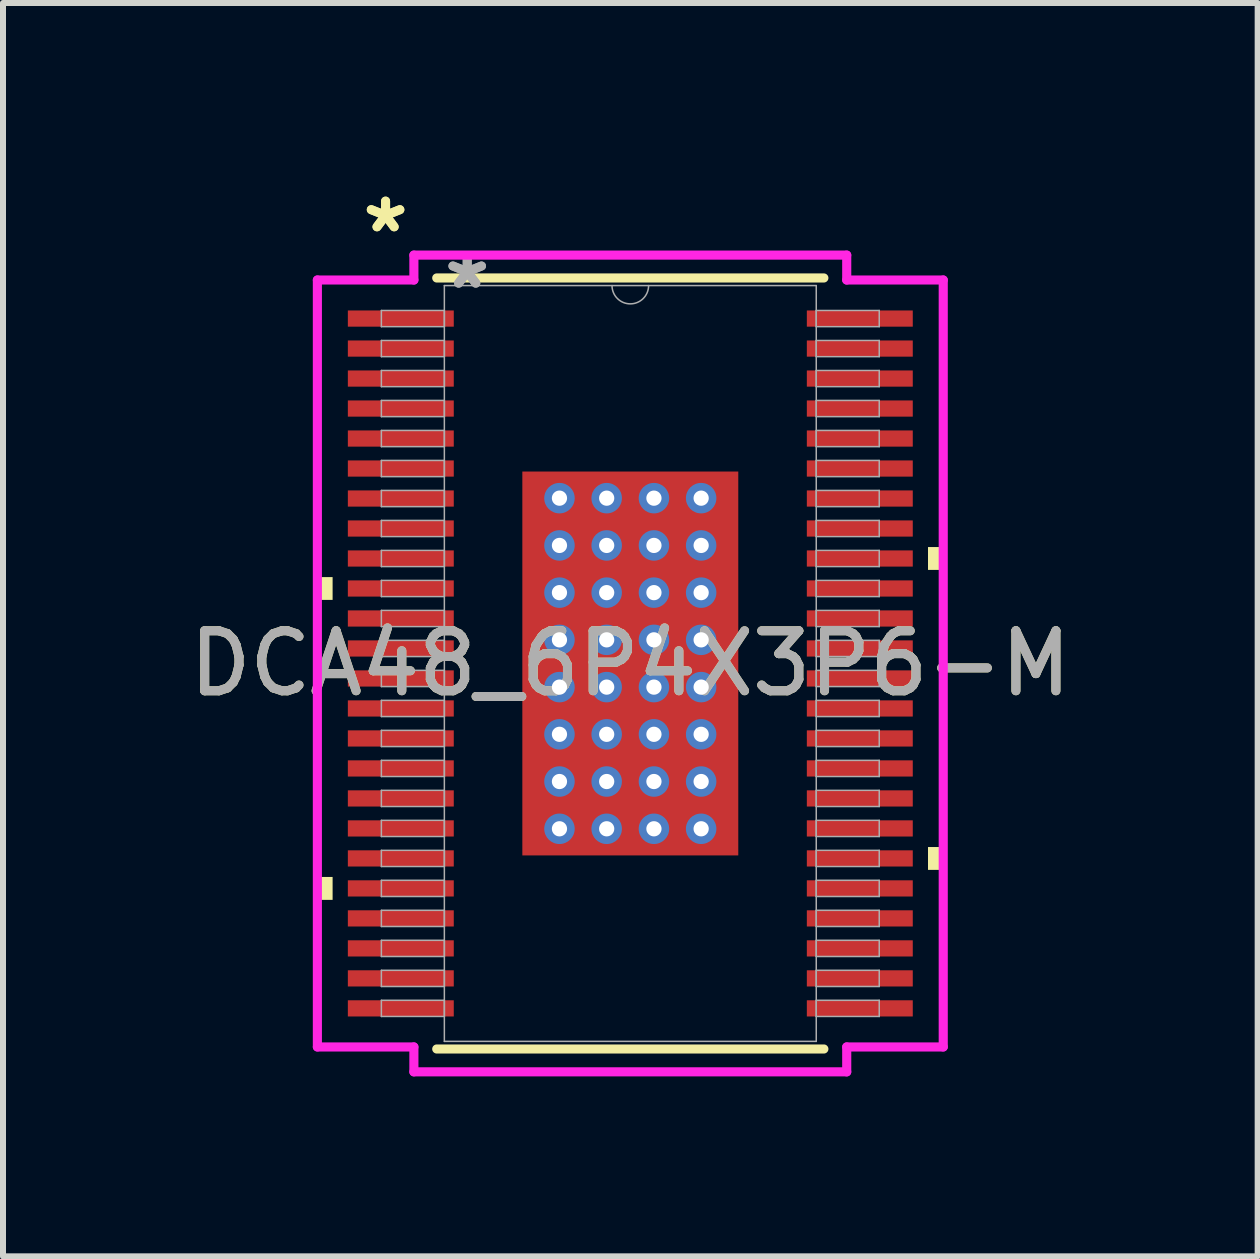
<source format=kicad_pcb>
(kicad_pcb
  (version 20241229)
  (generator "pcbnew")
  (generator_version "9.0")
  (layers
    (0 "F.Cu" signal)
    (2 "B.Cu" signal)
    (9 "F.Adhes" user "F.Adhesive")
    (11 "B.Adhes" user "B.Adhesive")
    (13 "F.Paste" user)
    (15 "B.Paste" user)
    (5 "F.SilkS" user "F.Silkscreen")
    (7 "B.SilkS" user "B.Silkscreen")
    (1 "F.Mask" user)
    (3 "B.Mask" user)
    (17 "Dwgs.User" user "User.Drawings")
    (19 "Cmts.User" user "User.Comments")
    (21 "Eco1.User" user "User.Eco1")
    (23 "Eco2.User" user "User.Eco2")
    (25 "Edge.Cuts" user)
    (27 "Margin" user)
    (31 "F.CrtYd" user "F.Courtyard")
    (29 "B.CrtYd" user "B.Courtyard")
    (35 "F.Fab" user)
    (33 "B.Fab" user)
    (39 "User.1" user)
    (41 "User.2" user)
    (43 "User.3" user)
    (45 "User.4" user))
  (footprint "DCA48_6P4X3P6-M"
    (layer "F.Cu")
    (at 7.458 8.011)
    (property "Reference" "DCA48_6P4X3P6-M" (at 0 0 0) (unlocked yes) (layer "F.SilkS") (effects (font (size 1 1) (thickness 0.15))))
    (attr smd)
    (fp_poly (pts (xy -1.863 -3.264) (xy -1.381 -3.264) (xy -1.381 3.264) (xy -1.863 3.264)) (stroke (width 0) (type solid)) (fill yes) (layer "F.Mask"))
    (fp_poly (pts (xy -1.863 -3.264) (xy 1.863 -3.264) (xy 1.863 -2.956) (xy -1.863 -2.956)) (stroke (width 0) (type solid)) (fill yes) (layer "F.Mask"))
    (fp_poly (pts (xy -1.863 -2.556) (xy 1.863 -2.556) (xy 1.863 -2.168) (xy -1.863 -2.168)) (stroke (width 0) (type solid)) (fill yes) (layer "F.Mask"))
    (fp_poly (pts (xy -1.863 -1.768) (xy 1.863 -1.768) (xy 1.863 -1.381) (xy -1.863 -1.381)) (stroke (width 0) (type solid)) (fill yes) (layer "F.Mask"))
    (fp_poly (pts (xy -1.863 -0.981) (xy 1.863 -0.981) (xy 1.863 -0.594) (xy -1.863 -0.594)) (stroke (width 0) (type solid)) (fill yes) (layer "F.Mask"))
    (fp_poly (pts (xy -1.863 -0.194) (xy 1.863 -0.194) (xy 1.863 0.194) (xy -1.863 0.194)) (stroke (width 0) (type solid)) (fill yes) (layer "F.Mask"))
    (fp_poly (pts (xy -1.863 0.594) (xy 1.863 0.594) (xy 1.863 0.981) (xy -1.863 0.981)) (stroke (width 0) (type solid)) (fill yes) (layer "F.Mask"))
    (fp_poly (pts (xy -1.863 1.381) (xy 1.863 1.381) (xy 1.863 1.768) (xy -1.863 1.768)) (stroke (width 0) (type solid)) (fill yes) (layer "F.Mask"))
    (fp_poly (pts (xy -1.863 2.168) (xy 1.863 2.168) (xy 1.863 2.556) (xy -1.863 2.556)) (stroke (width 0) (type solid)) (fill yes) (layer "F.Mask"))
    (fp_poly (pts (xy -1.863 2.956) (xy 1.863 2.956) (xy 1.863 3.264) (xy -1.863 3.264)) (stroke (width 0) (type solid)) (fill yes) (layer "F.Mask"))
    (fp_poly (pts (xy -0.594 -3.264) (xy -0.981 -3.264) (xy -0.981 3.264) (xy -0.594 3.264)) (stroke (width 0) (type solid)) (fill yes) (layer "F.Mask"))
    (fp_poly (pts (xy 0.194 -3.264) (xy -0.194 -3.264) (xy -0.194 3.264) (xy 0.194 3.264)) (stroke (width 0) (type solid)) (fill yes) (layer "F.Mask"))
    (fp_poly (pts (xy 0.981 -3.264) (xy 0.594 -3.264) (xy 0.594 3.264) (xy 0.981 3.264)) (stroke (width 0) (type solid)) (fill yes) (layer "F.Mask"))
    (fp_poly (pts (xy 1.381 -3.264) (xy 1.863 -3.264) (xy 1.863 3.264) (xy 1.381 3.264)) (stroke (width 0) (type solid)) (fill yes) (layer "F.Mask"))
    (fp_line (start -3.227 6.427) (end 3.227 6.427) (stroke (width 0.152) (type solid)) (layer "F.SilkS"))
    (fp_line (start 3.227 -6.427) (end -3.227 -6.427) (stroke (width 0.152) (type solid)) (layer "F.SilkS"))
    (fp_poly (pts (xy -5.217 -1.44) (xy -5.217 -1.06) (xy -4.963 -1.06) (xy -4.963 -1.44)) (stroke (width 0) (type solid)) (fill yes) (layer "F.SilkS"))
    (fp_poly (pts (xy -5.217 3.559) (xy -5.217 3.941) (xy -4.963 3.941) (xy -4.963 3.559)) (stroke (width 0) (type solid)) (fill yes) (layer "F.SilkS"))
    (fp_poly (pts (xy 5.217 -1.941) (xy 5.217 -1.56) (xy 4.963 -1.56) (xy 4.963 -1.941)) (stroke (width 0) (type solid)) (fill yes) (layer "F.SilkS"))
    (fp_poly (pts (xy 5.217 3.06) (xy 5.217 3.441) (xy 4.963 3.441) (xy 4.963 3.06)) (stroke (width 0) (type solid)) (fill yes) (layer "F.SilkS"))
    (fp_poly (pts (xy -1.725 -3.125) (xy -1.725 -2.856) (xy -1.423 -2.856) (xy -1.281 -2.997) (xy -1.281 -3.125)) (stroke (width 0) (type solid)) (fill yes) (layer "F.Paste"))
    (fp_poly (pts (xy -1.725 2.856) (xy -1.725 3.125) (xy -1.281 3.125) (xy -1.281 2.997) (xy -1.423 2.856)) (stroke (width 0) (type solid)) (fill yes) (layer "F.Paste"))
    (fp_poly (pts (xy 1.281 -3.125) (xy 1.281 -2.997) (xy 1.423 -2.856) (xy 1.725 -2.856) (xy 1.725 -3.125)) (stroke (width 0) (type solid)) (fill yes) (layer "F.Paste"))
    (fp_poly (pts (xy 1.423 2.856) (xy 1.281 2.997) (xy 1.281 3.125) (xy 1.725 3.125) (xy 1.725 2.856)) (stroke (width 0) (type solid)) (fill yes) (layer "F.Paste"))
    (fp_poly (pts (xy -1.725 -2.656) (xy -1.725 -2.068) (xy -1.423 -2.068) (xy -1.281 -2.21) (xy -1.281 -2.514) (xy -1.423 -2.656)) (stroke (width 0) (type solid)) (fill yes) (layer "F.Paste"))
    (fp_poly (pts (xy -1.725 -1.869) (xy -1.725 -1.281) (xy -1.423 -1.281) (xy -1.281 -1.423) (xy -1.281 -1.727) (xy -1.423 -1.869)) (stroke (width 0) (type solid)) (fill yes) (layer "F.Paste"))
    (fp_poly (pts (xy -1.725 -1.081) (xy -1.725 -0.494) (xy -1.423 -0.494) (xy -1.281 -0.635) (xy -1.281 -0.94) (xy -1.423 -1.081)) (stroke (width 0) (type solid)) (fill yes) (layer "F.Paste"))
    (fp_poly (pts (xy -1.725 -0.294) (xy -1.725 0.294) (xy -1.423 0.294) (xy -1.281 0.152) (xy -1.281 -0.152) (xy -1.423 -0.294)) (stroke (width 0) (type solid)) (fill yes) (layer "F.Paste"))
    (fp_poly (pts (xy -1.725 0.494) (xy -1.725 1.081) (xy -1.423 1.081) (xy -1.281 0.94) (xy -1.281 0.635) (xy -1.423 0.494)) (stroke (width 0) (type solid)) (fill yes) (layer "F.Paste"))
    (fp_poly (pts (xy -1.725 1.281) (xy -1.725 1.869) (xy -1.423 1.869) (xy -1.281 1.727) (xy -1.281 1.423) (xy -1.423 1.281)) (stroke (width 0) (type solid)) (fill yes) (layer "F.Paste"))
    (fp_poly (pts (xy -1.725 2.068) (xy -1.725 2.656) (xy -1.423 2.656) (xy -1.281 2.514) (xy -1.281 2.21) (xy -1.423 2.068)) (stroke (width 0) (type solid)) (fill yes) (layer "F.Paste"))
    (fp_poly (pts (xy -1.081 -3.125) (xy -1.081 -2.997) (xy -0.94 -2.856) (xy -0.635 -2.856) (xy -0.494 -2.997) (xy -0.494 -3.125)) (stroke (width 0) (type solid)) (fill yes) (layer "F.Paste"))
    (fp_poly (pts (xy -0.94 2.856) (xy -1.081 2.997) (xy -1.081 3.125) (xy -0.494 3.125) (xy -0.494 2.997) (xy -0.635 2.856)) (stroke (width 0) (type solid)) (fill yes) (layer "F.Paste"))
    (fp_poly (pts (xy -0.294 -3.125) (xy -0.294 -2.997) (xy -0.152 -2.856) (xy 0.152 -2.856) (xy 0.294 -2.997) (xy 0.294 -3.125)) (stroke (width 0) (type solid)) (fill yes) (layer "F.Paste"))
    (fp_poly (pts (xy -0.152 2.856) (xy -0.294 2.997) (xy -0.294 3.125) (xy 0.294 3.125) (xy 0.294 2.997) (xy 0.152 2.856)) (stroke (width 0) (type solid)) (fill yes) (layer "F.Paste"))
    (fp_poly (pts (xy 0.494 -3.125) (xy 0.494 -2.997) (xy 0.635 -2.856) (xy 0.94 -2.856) (xy 1.081 -2.997) (xy 1.081 -3.125)) (stroke (width 0) (type solid)) (fill yes) (layer "F.Paste"))
    (fp_poly (pts (xy 0.635 2.856) (xy 0.494 2.997) (xy 0.494 3.125) (xy 1.081 3.125) (xy 1.081 2.997) (xy 0.94 2.856)) (stroke (width 0) (type solid)) (fill yes) (layer "F.Paste"))
    (fp_poly (pts (xy 1.423 -2.656) (xy 1.281 -2.514) (xy 1.281 -2.21) (xy 1.423 -2.068) (xy 1.725 -2.068) (xy 1.725 -2.656)) (stroke (width 0) (type solid)) (fill yes) (layer "F.Paste"))
    (fp_poly (pts (xy 1.423 -1.869) (xy 1.281 -1.727) (xy 1.281 -1.423) (xy 1.423 -1.281) (xy 1.725 -1.281) (xy 1.725 -1.869)) (stroke (width 0) (type solid)) (fill yes) (layer "F.Paste"))
    (fp_poly (pts (xy 1.423 -1.081) (xy 1.281 -0.94) (xy 1.281 -0.635) (xy 1.423 -0.494) (xy 1.725 -0.494) (xy 1.725 -1.081)) (stroke (width 0) (type solid)) (fill yes) (layer "F.Paste"))
    (fp_poly (pts (xy 1.423 -0.294) (xy 1.281 -0.152) (xy 1.281 0.152) (xy 1.423 0.294) (xy 1.725 0.294) (xy 1.725 -0.294)) (stroke (width 0) (type solid)) (fill yes) (layer "F.Paste"))
    (fp_poly (pts (xy 1.423 0.494) (xy 1.281 0.635) (xy 1.281 0.94) (xy 1.423 1.081) (xy 1.725 1.081) (xy 1.725 0.494)) (stroke (width 0) (type solid)) (fill yes) (layer "F.Paste"))
    (fp_poly (pts (xy 1.423 1.281) (xy 1.281 1.423) (xy 1.281 1.727) (xy 1.423 1.869) (xy 1.725 1.869) (xy 1.725 1.281)) (stroke (width 0) (type solid)) (fill yes) (layer "F.Paste"))
    (fp_poly (pts (xy 1.423 2.068) (xy 1.281 2.21) (xy 1.281 2.514) (xy 1.423 2.656) (xy 1.725 2.656) (xy 1.725 2.068)) (stroke (width 0) (type solid)) (fill yes) (layer "F.Paste"))
    (fp_poly (pts (xy -0.94 -2.656) (xy -1.081 -2.514) (xy -1.081 -2.21) (xy -0.94 -2.068) (xy -0.635 -2.068) (xy -0.494 -2.21) (xy -0.494 -2.514) (xy -0.635 -2.656)) (stroke (width 0) (type solid)) (fill yes) (layer "F.Paste"))
    (fp_poly (pts (xy -0.94 -1.869) (xy -1.081 -1.727) (xy -1.081 -1.423) (xy -0.94 -1.281) (xy -0.635 -1.281) (xy -0.494 -1.423) (xy -0.494 -1.727) (xy -0.635 -1.869)) (stroke (width 0) (type solid)) (fill yes) (layer "F.Paste"))
    (fp_poly (pts (xy -0.94 -1.081) (xy -1.081 -0.94) (xy -1.081 -0.635) (xy -0.94 -0.494) (xy -0.635 -0.494) (xy -0.494 -0.635) (xy -0.494 -0.94) (xy -0.635 -1.081)) (stroke (width 0) (type solid)) (fill yes) (layer "F.Paste"))
    (fp_poly (pts (xy -0.94 -0.294) (xy -1.081 -0.152) (xy -1.081 0.152) (xy -0.94 0.294) (xy -0.635 0.294) (xy -0.494 0.152) (xy -0.494 -0.152) (xy -0.635 -0.294)) (stroke (width 0) (type solid)) (fill yes) (layer "F.Paste"))
    (fp_poly (pts (xy -0.94 0.494) (xy -1.081 0.635) (xy -1.081 0.94) (xy -0.94 1.081) (xy -0.635 1.081) (xy -0.494 0.94) (xy -0.494 0.635) (xy -0.635 0.494)) (stroke (width 0) (type solid)) (fill yes) (layer "F.Paste"))
    (fp_poly (pts (xy -0.94 1.281) (xy -1.081 1.423) (xy -1.081 1.727) (xy -0.94 1.869) (xy -0.635 1.869) (xy -0.494 1.727) (xy -0.494 1.423) (xy -0.635 1.281)) (stroke (width 0) (type solid)) (fill yes) (layer "F.Paste"))
    (fp_poly (pts (xy -0.94 2.068) (xy -1.081 2.21) (xy -1.081 2.514) (xy -0.94 2.656) (xy -0.635 2.656) (xy -0.494 2.514) (xy -0.494 2.21) (xy -0.635 2.068)) (stroke (width 0) (type solid)) (fill yes) (layer "F.Paste"))
    (fp_poly (pts (xy -0.152 -2.656) (xy -0.294 -2.514) (xy -0.294 -2.21) (xy -0.152 -2.068) (xy 0.152 -2.068) (xy 0.294 -2.21) (xy 0.294 -2.514) (xy 0.152 -2.656)) (stroke (width 0) (type solid)) (fill yes) (layer "F.Paste"))
    (fp_poly (pts (xy -0.152 -1.869) (xy -0.294 -1.727) (xy -0.294 -1.423) (xy -0.152 -1.281) (xy 0.152 -1.281) (xy 0.294 -1.423) (xy 0.294 -1.727) (xy 0.152 -1.869)) (stroke (width 0) (type solid)) (fill yes) (layer "F.Paste"))
    (fp_poly (pts (xy -0.152 -1.081) (xy -0.294 -0.94) (xy -0.294 -0.635) (xy -0.152 -0.494) (xy 0.152 -0.494) (xy 0.294 -0.635) (xy 0.294 -0.94) (xy 0.152 -1.081)) (stroke (width 0) (type solid)) (fill yes) (layer "F.Paste"))
    (fp_poly (pts (xy -0.152 -0.294) (xy -0.294 -0.152) (xy -0.294 0.152) (xy -0.152 0.294) (xy 0.152 0.294) (xy 0.294 0.152) (xy 0.294 -0.152) (xy 0.152 -0.294)) (stroke (width 0) (type solid)) (fill yes) (layer "F.Paste"))
    (fp_poly (pts (xy -0.152 0.494) (xy -0.294 0.635) (xy -0.294 0.94) (xy -0.152 1.081) (xy 0.152 1.081) (xy 0.294 0.94) (xy 0.294 0.635) (xy 0.152 0.494)) (stroke (width 0) (type solid)) (fill yes) (layer "F.Paste"))
    (fp_poly (pts (xy -0.152 1.281) (xy -0.294 1.423) (xy -0.294 1.727) (xy -0.152 1.869) (xy 0.152 1.869) (xy 0.294 1.727) (xy 0.294 1.423) (xy 0.152 1.281)) (stroke (width 0) (type solid)) (fill yes) (layer "F.Paste"))
    (fp_poly (pts (xy -0.152 2.068) (xy -0.294 2.21) (xy -0.294 2.514) (xy -0.152 2.656) (xy 0.152 2.656) (xy 0.294 2.514) (xy 0.294 2.21) (xy 0.152 2.068)) (stroke (width 0) (type solid)) (fill yes) (layer "F.Paste"))
    (fp_poly (pts (xy 0.635 -2.656) (xy 0.494 -2.514) (xy 0.494 -2.21) (xy 0.635 -2.068) (xy 0.94 -2.068) (xy 1.081 -2.21) (xy 1.081 -2.514) (xy 0.94 -2.656)) (stroke (width 0) (type solid)) (fill yes) (layer "F.Paste"))
    (fp_poly (pts (xy 0.635 -1.869) (xy 0.494 -1.727) (xy 0.494 -1.423) (xy 0.635 -1.281) (xy 0.94 -1.281) (xy 1.081 -1.423) (xy 1.081 -1.727) (xy 0.94 -1.869)) (stroke (width 0) (type solid)) (fill yes) (layer "F.Paste"))
    (fp_poly (pts (xy 0.635 -1.081) (xy 0.494 -0.94) (xy 0.494 -0.635) (xy 0.635 -0.494) (xy 0.94 -0.494) (xy 1.081 -0.635) (xy 1.081 -0.94) (xy 0.94 -1.081)) (stroke (width 0) (type solid)) (fill yes) (layer "F.Paste"))
    (fp_poly (pts (xy 0.635 -0.294) (xy 0.494 -0.152) (xy 0.494 0.152) (xy 0.635 0.294) (xy 0.94 0.294) (xy 1.081 0.152) (xy 1.081 -0.152) (xy 0.94 -0.294)) (stroke (width 0) (type solid)) (fill yes) (layer "F.Paste"))
    (fp_poly (pts (xy 0.635 0.494) (xy 0.494 0.635) (xy 0.494 0.94) (xy 0.635 1.081) (xy 0.94 1.081) (xy 1.081 0.94) (xy 1.081 0.635) (xy 0.94 0.494)) (stroke (width 0) (type solid)) (fill yes) (layer "F.Paste"))
    (fp_poly (pts (xy 0.635 1.281) (xy 0.494 1.423) (xy 0.494 1.727) (xy 0.635 1.869) (xy 0.94 1.869) (xy 1.081 1.727) (xy 1.081 1.423) (xy 0.94 1.281)) (stroke (width 0) (type solid)) (fill yes) (layer "F.Paste"))
    (fp_poly (pts (xy 0.635 2.068) (xy 0.494 2.21) (xy 0.494 2.514) (xy 0.635 2.656) (xy 0.94 2.656) (xy 1.081 2.514) (xy 1.081 2.21) (xy 0.94 2.068)) (stroke (width 0) (type solid)) (fill yes) (layer "F.Paste"))
    (fp_line (start -5.217 -6.393) (end -3.608 -6.393) (stroke (width 0.152) (type solid)) (layer "F.CrtYd"))
    (fp_line (start -5.217 6.393) (end -5.217 -6.393) (stroke (width 0.152) (type solid)) (layer "F.CrtYd"))
    (fp_line (start -5.217 6.393) (end -3.608 6.393) (stroke (width 0.152) (type solid)) (layer "F.CrtYd"))
    (fp_line (start -3.608 -6.808) (end 3.608 -6.808) (stroke (width 0.152) (type solid)) (layer "F.CrtYd"))
    (fp_line (start -3.608 -6.393) (end -3.608 -6.808) (stroke (width 0.152) (type solid)) (layer "F.CrtYd"))
    (fp_line (start -3.608 6.808) (end -3.608 6.393) (stroke (width 0.152) (type solid)) (layer "F.CrtYd"))
    (fp_line (start 3.608 -6.808) (end 3.608 -6.393) (stroke (width 0.152) (type solid)) (layer "F.CrtYd"))
    (fp_line (start 3.608 6.393) (end 3.608 6.808) (stroke (width 0.152) (type solid)) (layer "F.CrtYd"))
    (fp_line (start 3.608 6.808) (end -3.608 6.808) (stroke (width 0.152) (type solid)) (layer "F.CrtYd"))
    (fp_line (start 5.217 -6.393) (end 3.608 -6.393) (stroke (width 0.152) (type solid)) (layer "F.CrtYd"))
    (fp_line (start 5.217 -6.393) (end 5.217 6.393) (stroke (width 0.152) (type solid)) (layer "F.CrtYd"))
    (fp_line (start 5.217 6.393) (end 3.608 6.393) (stroke (width 0.152) (type solid)) (layer "F.CrtYd"))
    (fp_line (start -4.15 -5.885) (end -4.15 -5.615) (stroke (width 0.025) (type solid)) (layer "F.Fab"))
    (fp_line (start -4.15 -5.615) (end -3.1 -5.615) (stroke (width 0.025) (type solid)) (layer "F.Fab"))
    (fp_line (start -4.15 -5.385) (end -4.15 -5.115) (stroke (width 0.025) (type solid)) (layer "F.Fab"))
    (fp_line (start -4.15 -5.115) (end -3.1 -5.115) (stroke (width 0.025) (type solid)) (layer "F.Fab"))
    (fp_line (start -4.15 -4.885) (end -4.15 -4.615) (stroke (width 0.025) (type solid)) (layer "F.Fab"))
    (fp_line (start -4.15 -4.615) (end -3.1 -4.615) (stroke (width 0.025) (type solid)) (layer "F.Fab"))
    (fp_line (start -4.15 -4.385) (end -4.15 -4.115) (stroke (width 0.025) (type solid)) (layer "F.Fab"))
    (fp_line (start -4.15 -4.115) (end -3.1 -4.115) (stroke (width 0.025) (type solid)) (layer "F.Fab"))
    (fp_line (start -4.15 -3.885) (end -4.15 -3.615) (stroke (width 0.025) (type solid)) (layer "F.Fab"))
    (fp_line (start -4.15 -3.615) (end -3.1 -3.615) (stroke (width 0.025) (type solid)) (layer "F.Fab"))
    (fp_line (start -4.15 -3.385) (end -4.15 -3.115) (stroke (width 0.025) (type solid)) (layer "F.Fab"))
    (fp_line (start -4.15 -3.115) (end -3.1 -3.115) (stroke (width 0.025) (type solid)) (layer "F.Fab"))
    (fp_line (start -4.15 -2.885) (end -4.15 -2.615) (stroke (width 0.025) (type solid)) (layer "F.Fab"))
    (fp_line (start -4.15 -2.615) (end -3.1 -2.615) (stroke (width 0.025) (type solid)) (layer "F.Fab"))
    (fp_line (start -4.15 -2.385) (end -4.15 -2.115) (stroke (width 0.025) (type solid)) (layer "F.Fab"))
    (fp_line (start -4.15 -2.115) (end -3.1 -2.115) (stroke (width 0.025) (type solid)) (layer "F.Fab"))
    (fp_line (start -4.15 -1.885) (end -4.15 -1.615) (stroke (width 0.025) (type solid)) (layer "F.Fab"))
    (fp_line (start -4.15 -1.615) (end -3.1 -1.615) (stroke (width 0.025) (type solid)) (layer "F.Fab"))
    (fp_line (start -4.15 -1.385) (end -4.15 -1.115) (stroke (width 0.025) (type solid)) (layer "F.Fab"))
    (fp_line (start -4.15 -1.115) (end -3.1 -1.115) (stroke (width 0.025) (type solid)) (layer "F.Fab"))
    (fp_line (start -4.15 -0.885) (end -4.15 -0.615) (stroke (width 0.025) (type solid)) (layer "F.Fab"))
    (fp_line (start -4.15 -0.615) (end -3.1 -0.615) (stroke (width 0.025) (type solid)) (layer "F.Fab"))
    (fp_line (start -4.15 -0.385) (end -4.15 -0.115) (stroke (width 0.025) (type solid)) (layer "F.Fab"))
    (fp_line (start -4.15 -0.115) (end -3.1 -0.115) (stroke (width 0.025) (type solid)) (layer "F.Fab"))
    (fp_line (start -4.15 0.115) (end -4.15 0.385) (stroke (width 0.025) (type solid)) (layer "F.Fab"))
    (fp_line (start -4.15 0.385) (end -3.1 0.385) (stroke (width 0.025) (type solid)) (layer "F.Fab"))
    (fp_line (start -4.15 0.615) (end -4.15 0.885) (stroke (width 0.025) (type solid)) (layer "F.Fab"))
    (fp_line (start -4.15 0.885) (end -3.1 0.885) (stroke (width 0.025) (type solid)) (layer "F.Fab"))
    (fp_line (start -4.15 1.115) (end -4.15 1.385) (stroke (width 0.025) (type solid)) (layer "F.Fab"))
    (fp_line (start -4.15 1.385) (end -3.1 1.385) (stroke (width 0.025) (type solid)) (layer "F.Fab"))
    (fp_line (start -4.15 1.615) (end -4.15 1.885) (stroke (width 0.025) (type solid)) (layer "F.Fab"))
    (fp_line (start -4.15 1.885) (end -3.1 1.885) (stroke (width 0.025) (type solid)) (layer "F.Fab"))
    (fp_line (start -4.15 2.115) (end -4.15 2.385) (stroke (width 0.025) (type solid)) (layer "F.Fab"))
    (fp_line (start -4.15 2.385) (end -3.1 2.385) (stroke (width 0.025) (type solid)) (layer "F.Fab"))
    (fp_line (start -4.15 2.615) (end -4.15 2.885) (stroke (width 0.025) (type solid)) (layer "F.Fab"))
    (fp_line (start -4.15 2.885) (end -3.1 2.885) (stroke (width 0.025) (type solid)) (layer "F.Fab"))
    (fp_line (start -4.15 3.115) (end -4.15 3.385) (stroke (width 0.025) (type solid)) (layer "F.Fab"))
    (fp_line (start -4.15 3.385) (end -3.1 3.385) (stroke (width 0.025) (type solid)) (layer "F.Fab"))
    (fp_line (start -4.15 3.615) (end -4.15 3.885) (stroke (width 0.025) (type solid)) (layer "F.Fab"))
    (fp_line (start -4.15 3.885) (end -3.1 3.885) (stroke (width 0.025) (type solid)) (layer "F.Fab"))
    (fp_line (start -4.15 4.115) (end -4.15 4.385) (stroke (width 0.025) (type solid)) (layer "F.Fab"))
    (fp_line (start -4.15 4.385) (end -3.1 4.385) (stroke (width 0.025) (type solid)) (layer "F.Fab"))
    (fp_line (start -4.15 4.615) (end -4.15 4.885) (stroke (width 0.025) (type solid)) (layer "F.Fab"))
    (fp_line (start -4.15 4.885) (end -3.1 4.885) (stroke (width 0.025) (type solid)) (layer "F.Fab"))
    (fp_line (start -4.15 5.115) (end -4.15 5.385) (stroke (width 0.025) (type solid)) (layer "F.Fab"))
    (fp_line (start -4.15 5.385) (end -3.1 5.385) (stroke (width 0.025) (type solid)) (layer "F.Fab"))
    (fp_line (start -4.15 5.615) (end -4.15 5.885) (stroke (width 0.025) (type solid)) (layer "F.Fab"))
    (fp_line (start -4.15 5.885) (end -3.1 5.885) (stroke (width 0.025) (type solid)) (layer "F.Fab"))
    (fp_line (start -3.1 -5.885) (end -4.15 -5.885) (stroke (width 0.025) (type solid)) (layer "F.Fab"))
    (fp_line (start -3.1 -5.615) (end -3.1 -5.885) (stroke (width 0.025) (type solid)) (layer "F.Fab"))
    (fp_line (start -3.1 -5.385) (end -4.15 -5.385) (stroke (width 0.025) (type solid)) (layer "F.Fab"))
    (fp_line (start -3.1 -5.115) (end -3.1 -5.385) (stroke (width 0.025) (type solid)) (layer "F.Fab"))
    (fp_line (start -3.1 -4.885) (end -4.15 -4.885) (stroke (width 0.025) (type solid)) (layer "F.Fab"))
    (fp_line (start -3.1 -4.615) (end -3.1 -4.885) (stroke (width 0.025) (type solid)) (layer "F.Fab"))
    (fp_line (start -3.1 -4.385) (end -4.15 -4.385) (stroke (width 0.025) (type solid)) (layer "F.Fab"))
    (fp_line (start -3.1 -4.115) (end -3.1 -4.385) (stroke (width 0.025) (type solid)) (layer "F.Fab"))
    (fp_line (start -3.1 -3.885) (end -4.15 -3.885) (stroke (width 0.025) (type solid)) (layer "F.Fab"))
    (fp_line (start -3.1 -3.615) (end -3.1 -3.885) (stroke (width 0.025) (type solid)) (layer "F.Fab"))
    (fp_line (start -3.1 -3.385) (end -4.15 -3.385) (stroke (width 0.025) (type solid)) (layer "F.Fab"))
    (fp_line (start -3.1 -3.115) (end -3.1 -3.385) (stroke (width 0.025) (type solid)) (layer "F.Fab"))
    (fp_line (start -3.1 -2.885) (end -4.15 -2.885) (stroke (width 0.025) (type solid)) (layer "F.Fab"))
    (fp_line (start -3.1 -2.615) (end -3.1 -2.885) (stroke (width 0.025) (type solid)) (layer "F.Fab"))
    (fp_line (start -3.1 -2.385) (end -4.15 -2.385) (stroke (width 0.025) (type solid)) (layer "F.Fab"))
    (fp_line (start -3.1 -2.115) (end -3.1 -2.385) (stroke (width 0.025) (type solid)) (layer "F.Fab"))
    (fp_line (start -3.1 -1.885) (end -4.15 -1.885) (stroke (width 0.025) (type solid)) (layer "F.Fab"))
    (fp_line (start -3.1 -1.615) (end -3.1 -1.885) (stroke (width 0.025) (type solid)) (layer "F.Fab"))
    (fp_line (start -3.1 -1.385) (end -4.15 -1.385) (stroke (width 0.025) (type solid)) (layer "F.Fab"))
    (fp_line (start -3.1 -1.115) (end -3.1 -1.385) (stroke (width 0.025) (type solid)) (layer "F.Fab"))
    (fp_line (start -3.1 -0.885) (end -4.15 -0.885) (stroke (width 0.025) (type solid)) (layer "F.Fab"))
    (fp_line (start -3.1 -0.615) (end -3.1 -0.885) (stroke (width 0.025) (type solid)) (layer "F.Fab"))
    (fp_line (start -3.1 -0.385) (end -4.15 -0.385) (stroke (width 0.025) (type solid)) (layer "F.Fab"))
    (fp_line (start -3.1 -0.115) (end -3.1 -0.385) (stroke (width 0.025) (type solid)) (layer "F.Fab"))
    (fp_line (start -3.1 0.115) (end -4.15 0.115) (stroke (width 0.025) (type solid)) (layer "F.Fab"))
    (fp_line (start -3.1 0.385) (end -3.1 0.115) (stroke (width 0.025) (type solid)) (layer "F.Fab"))
    (fp_line (start -3.1 0.615) (end -4.15 0.615) (stroke (width 0.025) (type solid)) (layer "F.Fab"))
    (fp_line (start -3.1 0.885) (end -3.1 0.615) (stroke (width 0.025) (type solid)) (layer "F.Fab"))
    (fp_line (start -3.1 1.115) (end -4.15 1.115) (stroke (width 0.025) (type solid)) (layer "F.Fab"))
    (fp_line (start -3.1 1.385) (end -3.1 1.115) (stroke (width 0.025) (type solid)) (layer "F.Fab"))
    (fp_line (start -3.1 1.615) (end -4.15 1.615) (stroke (width 0.025) (type solid)) (layer "F.Fab"))
    (fp_line (start -3.1 1.885) (end -3.1 1.615) (stroke (width 0.025) (type solid)) (layer "F.Fab"))
    (fp_line (start -3.1 2.115) (end -4.15 2.115) (stroke (width 0.025) (type solid)) (layer "F.Fab"))
    (fp_line (start -3.1 2.385) (end -3.1 2.115) (stroke (width 0.025) (type solid)) (layer "F.Fab"))
    (fp_line (start -3.1 2.615) (end -4.15 2.615) (stroke (width 0.025) (type solid)) (layer "F.Fab"))
    (fp_line (start -3.1 2.885) (end -3.1 2.615) (stroke (width 0.025) (type solid)) (layer "F.Fab"))
    (fp_line (start -3.1 3.115) (end -4.15 3.115) (stroke (width 0.025) (type solid)) (layer "F.Fab"))
    (fp_line (start -3.1 3.385) (end -3.1 3.115) (stroke (width 0.025) (type solid)) (layer "F.Fab"))
    (fp_line (start -3.1 3.615) (end -4.15 3.615) (stroke (width 0.025) (type solid)) (layer "F.Fab"))
    (fp_line (start -3.1 3.885) (end -3.1 3.615) (stroke (width 0.025) (type solid)) (layer "F.Fab"))
    (fp_line (start -3.1 4.115) (end -4.15 4.115) (stroke (width 0.025) (type solid)) (layer "F.Fab"))
    (fp_line (start -3.1 4.385) (end -3.1 4.115) (stroke (width 0.025) (type solid)) (layer "F.Fab"))
    (fp_line (start -3.1 4.615) (end -4.15 4.615) (stroke (width 0.025) (type solid)) (layer "F.Fab"))
    (fp_line (start -3.1 4.885) (end -3.1 4.615) (stroke (width 0.025) (type solid)) (layer "F.Fab"))
    (fp_line (start -3.1 5.115) (end -4.15 5.115) (stroke (width 0.025) (type solid)) (layer "F.Fab"))
    (fp_line (start -3.1 5.385) (end -3.1 5.115) (stroke (width 0.025) (type solid)) (layer "F.Fab"))
    (fp_line (start -3.1 5.615) (end -4.15 5.615) (stroke (width 0.025) (type solid)) (layer "F.Fab"))
    (fp_line (start -3.1 5.885) (end -3.1 5.615) (stroke (width 0.025) (type solid)) (layer "F.Fab"))
    (fp_line (start -3.1 -6.3) (end -3.1 6.3) (stroke (width 0.025) (type solid)) (layer "F.Fab"))
    (fp_line (start -3.1 6.3) (end 3.1 6.3) (stroke (width 0.025) (type solid)) (layer "F.Fab"))
    (fp_line (start 3.1 -6.3) (end -3.1 -6.3) (stroke (width 0.025) (type solid)) (layer "F.Fab"))
    (fp_line (start 3.1 6.3) (end 3.1 -6.3) (stroke (width 0.025) (type solid)) (layer "F.Fab"))
    (fp_line (start 3.1 -5.885) (end 3.1 -5.615) (stroke (width 0.025) (type solid)) (layer "F.Fab"))
    (fp_line (start 3.1 -5.615) (end 4.15 -5.615) (stroke (width 0.025) (type solid)) (layer "F.Fab"))
    (fp_line (start 3.1 -5.385) (end 3.1 -5.115) (stroke (width 0.025) (type solid)) (layer "F.Fab"))
    (fp_line (start 3.1 -5.115) (end 4.15 -5.115) (stroke (width 0.025) (type solid)) (layer "F.Fab"))
    (fp_line (start 3.1 -4.885) (end 3.1 -4.615) (stroke (width 0.025) (type solid)) (layer "F.Fab"))
    (fp_line (start 3.1 -4.615) (end 4.15 -4.615) (stroke (width 0.025) (type solid)) (layer "F.Fab"))
    (fp_line (start 3.1 -4.385) (end 3.1 -4.115) (stroke (width 0.025) (type solid)) (layer "F.Fab"))
    (fp_line (start 3.1 -4.115) (end 4.15 -4.115) (stroke (width 0.025) (type solid)) (layer "F.Fab"))
    (fp_line (start 3.1 -3.885) (end 3.1 -3.615) (stroke (width 0.025) (type solid)) (layer "F.Fab"))
    (fp_line (start 3.1 -3.615) (end 4.15 -3.615) (stroke (width 0.025) (type solid)) (layer "F.Fab"))
    (fp_line (start 3.1 -3.385) (end 3.1 -3.115) (stroke (width 0.025) (type solid)) (layer "F.Fab"))
    (fp_line (start 3.1 -3.115) (end 4.15 -3.115) (stroke (width 0.025) (type solid)) (layer "F.Fab"))
    (fp_line (start 3.1 -2.885) (end 3.1 -2.615) (stroke (width 0.025) (type solid)) (layer "F.Fab"))
    (fp_line (start 3.1 -2.615) (end 4.15 -2.615) (stroke (width 0.025) (type solid)) (layer "F.Fab"))
    (fp_line (start 3.1 -2.385) (end 3.1 -2.115) (stroke (width 0.025) (type solid)) (layer "F.Fab"))
    (fp_line (start 3.1 -2.115) (end 4.15 -2.115) (stroke (width 0.025) (type solid)) (layer "F.Fab"))
    (fp_line (start 3.1 -1.885) (end 3.1 -1.615) (stroke (width 0.025) (type solid)) (layer "F.Fab"))
    (fp_line (start 3.1 -1.615) (end 4.15 -1.615) (stroke (width 0.025) (type solid)) (layer "F.Fab"))
    (fp_line (start 3.1 -1.385) (end 3.1 -1.115) (stroke (width 0.025) (type solid)) (layer "F.Fab"))
    (fp_line (start 3.1 -1.115) (end 4.15 -1.115) (stroke (width 0.025) (type solid)) (layer "F.Fab"))
    (fp_line (start 3.1 -0.885) (end 3.1 -0.615) (stroke (width 0.025) (type solid)) (layer "F.Fab"))
    (fp_line (start 3.1 -0.615) (end 4.15 -0.615) (stroke (width 0.025) (type solid)) (layer "F.Fab"))
    (fp_line (start 3.1 -0.385) (end 3.1 -0.115) (stroke (width 0.025) (type solid)) (layer "F.Fab"))
    (fp_line (start 3.1 -0.115) (end 4.15 -0.115) (stroke (width 0.025) (type solid)) (layer "F.Fab"))
    (fp_line (start 3.1 0.115) (end 3.1 0.385) (stroke (width 0.025) (type solid)) (layer "F.Fab"))
    (fp_line (start 3.1 0.385) (end 4.15 0.385) (stroke (width 0.025) (type solid)) (layer "F.Fab"))
    (fp_line (start 3.1 0.615) (end 3.1 0.885) (stroke (width 0.025) (type solid)) (layer "F.Fab"))
    (fp_line (start 3.1 0.885) (end 4.15 0.885) (stroke (width 0.025) (type solid)) (layer "F.Fab"))
    (fp_line (start 3.1 1.115) (end 3.1 1.385) (stroke (width 0.025) (type solid)) (layer "F.Fab"))
    (fp_line (start 3.1 1.385) (end 4.15 1.385) (stroke (width 0.025) (type solid)) (layer "F.Fab"))
    (fp_line (start 3.1 1.615) (end 3.1 1.885) (stroke (width 0.025) (type solid)) (layer "F.Fab"))
    (fp_line (start 3.1 1.885) (end 4.15 1.885) (stroke (width 0.025) (type solid)) (layer "F.Fab"))
    (fp_line (start 3.1 2.115) (end 3.1 2.385) (stroke (width 0.025) (type solid)) (layer "F.Fab"))
    (fp_line (start 3.1 2.385) (end 4.15 2.385) (stroke (width 0.025) (type solid)) (layer "F.Fab"))
    (fp_line (start 3.1 2.615) (end 3.1 2.885) (stroke (width 0.025) (type solid)) (layer "F.Fab"))
    (fp_line (start 3.1 2.885) (end 4.15 2.885) (stroke (width 0.025) (type solid)) (layer "F.Fab"))
    (fp_line (start 3.1 3.115) (end 3.1 3.385) (stroke (width 0.025) (type solid)) (layer "F.Fab"))
    (fp_line (start 3.1 3.385) (end 4.15 3.385) (stroke (width 0.025) (type solid)) (layer "F.Fab"))
    (fp_line (start 3.1 3.615) (end 3.1 3.885) (stroke (width 0.025) (type solid)) (layer "F.Fab"))
    (fp_line (start 3.1 3.885) (end 4.15 3.885) (stroke (width 0.025) (type solid)) (layer "F.Fab"))
    (fp_line (start 3.1 4.115) (end 3.1 4.385) (stroke (width 0.025) (type solid)) (layer "F.Fab"))
    (fp_line (start 3.1 4.385) (end 4.15 4.385) (stroke (width 0.025) (type solid)) (layer "F.Fab"))
    (fp_line (start 3.1 4.615) (end 3.1 4.885) (stroke (width 0.025) (type solid)) (layer "F.Fab"))
    (fp_line (start 3.1 4.885) (end 4.15 4.885) (stroke (width 0.025) (type solid)) (layer "F.Fab"))
    (fp_line (start 3.1 5.115) (end 3.1 5.385) (stroke (width 0.025) (type solid)) (layer "F.Fab"))
    (fp_line (start 3.1 5.385) (end 4.15 5.385) (stroke (width 0.025) (type solid)) (layer "F.Fab"))
    (fp_line (start 3.1 5.615) (end 3.1 5.885) (stroke (width 0.025) (type solid)) (layer "F.Fab"))
    (fp_line (start 3.1 5.885) (end 4.15 5.885) (stroke (width 0.025) (type solid)) (layer "F.Fab"))
    (fp_line (start 4.15 -5.885) (end 3.1 -5.885) (stroke (width 0.025) (type solid)) (layer "F.Fab"))
    (fp_line (start 4.15 -5.615) (end 4.15 -5.885) (stroke (width 0.025) (type solid)) (layer "F.Fab"))
    (fp_line (start 4.15 -5.385) (end 3.1 -5.385) (stroke (width 0.025) (type solid)) (layer "F.Fab"))
    (fp_line (start 4.15 -5.115) (end 4.15 -5.385) (stroke (width 0.025) (type solid)) (layer "F.Fab"))
    (fp_line (start 4.15 -4.885) (end 3.1 -4.885) (stroke (width 0.025) (type solid)) (layer "F.Fab"))
    (fp_line (start 4.15 -4.615) (end 4.15 -4.885) (stroke (width 0.025) (type solid)) (layer "F.Fab"))
    (fp_line (start 4.15 -4.385) (end 3.1 -4.385) (stroke (width 0.025) (type solid)) (layer "F.Fab"))
    (fp_line (start 4.15 -4.115) (end 4.15 -4.385) (stroke (width 0.025) (type solid)) (layer "F.Fab"))
    (fp_line (start 4.15 -3.885) (end 3.1 -3.885) (stroke (width 0.025) (type solid)) (layer "F.Fab"))
    (fp_line (start 4.15 -3.615) (end 4.15 -3.885) (stroke (width 0.025) (type solid)) (layer "F.Fab"))
    (fp_line (start 4.15 -3.385) (end 3.1 -3.385) (stroke (width 0.025) (type solid)) (layer "F.Fab"))
    (fp_line (start 4.15 -3.115) (end 4.15 -3.385) (stroke (width 0.025) (type solid)) (layer "F.Fab"))
    (fp_line (start 4.15 -2.885) (end 3.1 -2.885) (stroke (width 0.025) (type solid)) (layer "F.Fab"))
    (fp_line (start 4.15 -2.615) (end 4.15 -2.885) (stroke (width 0.025) (type solid)) (layer "F.Fab"))
    (fp_line (start 4.15 -2.385) (end 3.1 -2.385) (stroke (width 0.025) (type solid)) (layer "F.Fab"))
    (fp_line (start 4.15 -2.115) (end 4.15 -2.385) (stroke (width 0.025) (type solid)) (layer "F.Fab"))
    (fp_line (start 4.15 -1.885) (end 3.1 -1.885) (stroke (width 0.025) (type solid)) (layer "F.Fab"))
    (fp_line (start 4.15 -1.615) (end 4.15 -1.885) (stroke (width 0.025) (type solid)) (layer "F.Fab"))
    (fp_line (start 4.15 -1.385) (end 3.1 -1.385) (stroke (width 0.025) (type solid)) (layer "F.Fab"))
    (fp_line (start 4.15 -1.115) (end 4.15 -1.385) (stroke (width 0.025) (type solid)) (layer "F.Fab"))
    (fp_line (start 4.15 -0.885) (end 3.1 -0.885) (stroke (width 0.025) (type solid)) (layer "F.Fab"))
    (fp_line (start 4.15 -0.615) (end 4.15 -0.885) (stroke (width 0.025) (type solid)) (layer "F.Fab"))
    (fp_line (start 4.15 -0.385) (end 3.1 -0.385) (stroke (width 0.025) (type solid)) (layer "F.Fab"))
    (fp_line (start 4.15 -0.115) (end 4.15 -0.385) (stroke (width 0.025) (type solid)) (layer "F.Fab"))
    (fp_line (start 4.15 0.115) (end 3.1 0.115) (stroke (width 0.025) (type solid)) (layer "F.Fab"))
    (fp_line (start 4.15 0.385) (end 4.15 0.115) (stroke (width 0.025) (type solid)) (layer "F.Fab"))
    (fp_line (start 4.15 0.615) (end 3.1 0.615) (stroke (width 0.025) (type solid)) (layer "F.Fab"))
    (fp_line (start 4.15 0.885) (end 4.15 0.615) (stroke (width 0.025) (type solid)) (layer "F.Fab"))
    (fp_line (start 4.15 1.115) (end 3.1 1.115) (stroke (width 0.025) (type solid)) (layer "F.Fab"))
    (fp_line (start 4.15 1.385) (end 4.15 1.115) (stroke (width 0.025) (type solid)) (layer "F.Fab"))
    (fp_line (start 4.15 1.615) (end 3.1 1.615) (stroke (width 0.025) (type solid)) (layer "F.Fab"))
    (fp_line (start 4.15 1.885) (end 4.15 1.615) (stroke (width 0.025) (type solid)) (layer "F.Fab"))
    (fp_line (start 4.15 2.115) (end 3.1 2.115) (stroke (width 0.025) (type solid)) (layer "F.Fab"))
    (fp_line (start 4.15 2.385) (end 4.15 2.115) (stroke (width 0.025) (type solid)) (layer "F.Fab"))
    (fp_line (start 4.15 2.615) (end 3.1 2.615) (stroke (width 0.025) (type solid)) (layer "F.Fab"))
    (fp_line (start 4.15 2.885) (end 4.15 2.615) (stroke (width 0.025) (type solid)) (layer "F.Fab"))
    (fp_line (start 4.15 3.115) (end 3.1 3.115) (stroke (width 0.025) (type solid)) (layer "F.Fab"))
    (fp_line (start 4.15 3.385) (end 4.15 3.115) (stroke (width 0.025) (type solid)) (layer "F.Fab"))
    (fp_line (start 4.15 3.615) (end 3.1 3.615) (stroke (width 0.025) (type solid)) (layer "F.Fab"))
    (fp_line (start 4.15 3.885) (end 4.15 3.615) (stroke (width 0.025) (type solid)) (layer "F.Fab"))
    (fp_line (start 4.15 4.115) (end 3.1 4.115) (stroke (width 0.025) (type solid)) (layer "F.Fab"))
    (fp_line (start 4.15 4.385) (end 4.15 4.115) (stroke (width 0.025) (type solid)) (layer "F.Fab"))
    (fp_line (start 4.15 4.615) (end 3.1 4.615) (stroke (width 0.025) (type solid)) (layer "F.Fab"))
    (fp_line (start 4.15 4.885) (end 4.15 4.615) (stroke (width 0.025) (type solid)) (layer "F.Fab"))
    (fp_line (start 4.15 5.115) (end 3.1 5.115) (stroke (width 0.025) (type solid)) (layer "F.Fab"))
    (fp_line (start 4.15 5.385) (end 4.15 5.115) (stroke (width 0.025) (type solid)) (layer "F.Fab"))
    (fp_line (start 4.15 5.615) (end 3.1 5.615) (stroke (width 0.025) (type solid)) (layer "F.Fab"))
    (fp_line (start 4.15 5.885) (end 4.15 5.615) (stroke (width 0.025) (type solid)) (layer "F.Fab"))
    (fp_arc (start 0.3048 -6.3) (mid 0 -5.9952) (end -0.3048 -6.3) (stroke (width 0.0254) (type solid)) (layer "F.Fab"))
    (fp_text user "*" (at -4.08 -7.163 0) (unlocked yes) (layer "F.SilkS") (effects (font (size 1 1) (thickness 0.15))))
    (fp_text user "*" (at -4.08 -7.163 0) (layer "F.SilkS") (effects (font (size 1 1) (thickness 0.15))))
    (fp_text user "${REFERENCE}" (at 0 0 0) (unlocked yes) (layer "F.Fab") (effects (font (size 1 1) (thickness 0.15))))
    (fp_text user "*" (at -2.719 -6.224 0) (unlocked yes) (layer "F.Fab") (effects (font (size 1 1) (thickness 0.15))))
    (fp_text user "*" (at -2.719 -6.224 0) (layer "F.Fab") (effects (font (size 1 1) (thickness 0.15))))
    (pad "1" smd rect (at -3.826 -5.75) (size 1.766 0.27) (layers "F.Cu" "F.Mask" "F.Paste"))
    (pad "2" smd rect (at -3.826 -5.25) (size 1.766 0.27) (layers "F.Cu" "F.Mask" "F.Paste"))
    (pad "3" smd rect (at -3.826 -4.75) (size 1.766 0.27) (layers "F.Cu" "F.Mask" "F.Paste"))
    (pad "4" smd rect (at -3.826 -4.25) (size 1.766 0.27) (layers "F.Cu" "F.Mask" "F.Paste"))
    (pad "5" smd rect (at -3.826 -3.75) (size 1.766 0.27) (layers "F.Cu" "F.Mask" "F.Paste"))
    (pad "6" smd rect (at -3.826 -3.25) (size 1.766 0.27) (layers "F.Cu" "F.Mask" "F.Paste"))
    (pad "7" smd rect (at -3.826 -2.75) (size 1.766 0.27) (layers "F.Cu" "F.Mask" "F.Paste"))
    (pad "8" smd rect (at -3.826 -2.25) (size 1.766 0.27) (layers "F.Cu" "F.Mask" "F.Paste"))
    (pad "9" smd rect (at -3.826 -1.75) (size 1.766 0.27) (layers "F.Cu" "F.Mask" "F.Paste"))
    (pad "10" smd rect (at -3.826 -1.25) (size 1.766 0.27) (layers "F.Cu" "F.Mask" "F.Paste"))
    (pad "11" smd rect (at -3.826 -0.75) (size 1.766 0.27) (layers "F.Cu" "F.Mask" "F.Paste"))
    (pad "12" smd rect (at -3.826 -0.25) (size 1.766 0.27) (layers "F.Cu" "F.Mask" "F.Paste"))
    (pad "13" smd rect (at -3.826 0.25) (size 1.766 0.27) (layers "F.Cu" "F.Mask" "F.Paste"))
    (pad "14" smd rect (at -3.826 0.75) (size 1.766 0.27) (layers "F.Cu" "F.Mask" "F.Paste"))
    (pad "15" smd rect (at -3.826 1.25) (size 1.766 0.27) (layers "F.Cu" "F.Mask" "F.Paste"))
    (pad "16" smd rect (at -3.826 1.75) (size 1.766 0.27) (layers "F.Cu" "F.Mask" "F.Paste"))
    (pad "17" smd rect (at -3.826 2.25) (size 1.766 0.27) (layers "F.Cu" "F.Mask" "F.Paste"))
    (pad "18" smd rect (at -3.826 2.75) (size 1.766 0.27) (layers "F.Cu" "F.Mask" "F.Paste"))
    (pad "19" smd rect (at -3.826 3.25) (size 1.766 0.27) (layers "F.Cu" "F.Mask" "F.Paste"))
    (pad "20" smd rect (at -3.826 3.75) (size 1.766 0.27) (layers "F.Cu" "F.Mask" "F.Paste"))
    (pad "21" smd rect (at -3.826 4.25) (size 1.766 0.27) (layers "F.Cu" "F.Mask" "F.Paste"))
    (pad "22" smd rect (at -3.826 4.75) (size 1.766 0.27) (layers "F.Cu" "F.Mask" "F.Paste"))
    (pad "23" smd rect (at -3.826 5.25) (size 1.766 0.27) (layers "F.Cu" "F.Mask" "F.Paste"))
    (pad "24" smd rect (at -3.826 5.75) (size 1.766 0.27) (layers "F.Cu" "F.Mask" "F.Paste"))
    (pad "25" smd rect (at 3.826 5.75) (size 1.766 0.27) (layers "F.Cu" "F.Mask" "F.Paste"))
    (pad "26" smd rect (at 3.826 5.25) (size 1.766 0.27) (layers "F.Cu" "F.Mask" "F.Paste"))
    (pad "27" smd rect (at 3.826 4.75) (size 1.766 0.27) (layers "F.Cu" "F.Mask" "F.Paste"))
    (pad "28" smd rect (at 3.826 4.25) (size 1.766 0.27) (layers "F.Cu" "F.Mask" "F.Paste"))
    (pad "29" smd rect (at 3.826 3.75) (size 1.766 0.27) (layers "F.Cu" "F.Mask" "F.Paste"))
    (pad "30" smd rect (at 3.826 3.25) (size 1.766 0.27) (layers "F.Cu" "F.Mask" "F.Paste"))
    (pad "31" smd rect (at 3.826 2.75) (size 1.766 0.27) (layers "F.Cu" "F.Mask" "F.Paste"))
    (pad "32" smd rect (at 3.826 2.25) (size 1.766 0.27) (layers "F.Cu" "F.Mask" "F.Paste"))
    (pad "33" smd rect (at 3.826 1.75) (size 1.766 0.27) (layers "F.Cu" "F.Mask" "F.Paste"))
    (pad "34" smd rect (at 3.826 1.25) (size 1.766 0.27) (layers "F.Cu" "F.Mask" "F.Paste"))
    (pad "35" smd rect (at 3.826 0.75) (size 1.766 0.27) (layers "F.Cu" "F.Mask" "F.Paste"))
    (pad "36" smd rect (at 3.826 0.25) (size 1.766 0.27) (layers "F.Cu" "F.Mask" "F.Paste"))
    (pad "37" smd rect (at 3.826 -0.25) (size 1.766 0.27) (layers "F.Cu" "F.Mask" "F.Paste"))
    (pad "38" smd rect (at 3.826 -0.75) (size 1.766 0.27) (layers "F.Cu" "F.Mask" "F.Paste"))
    (pad "39" smd rect (at 3.826 -1.25) (size 1.766 0.27) (layers "F.Cu" "F.Mask" "F.Paste"))
    (pad "40" smd rect (at 3.826 -1.75) (size 1.766 0.27) (layers "F.Cu" "F.Mask" "F.Paste"))
    (pad "41" smd rect (at 3.826 -2.25) (size 1.766 0.27) (layers "F.Cu" "F.Mask" "F.Paste"))
    (pad "42" smd rect (at 3.826 -2.75) (size 1.766 0.27) (layers "F.Cu" "F.Mask" "F.Paste"))
    (pad "43" smd rect (at 3.826 -3.25) (size 1.766 0.27) (layers "F.Cu" "F.Mask" "F.Paste"))
    (pad "44" smd rect (at 3.826 -3.75) (size 1.766 0.27) (layers "F.Cu" "F.Mask" "F.Paste"))
    (pad "45" smd rect (at 3.826 -4.25) (size 1.766 0.27) (layers "F.Cu" "F.Mask" "F.Paste"))
    (pad "46" smd rect (at 3.826 -4.75) (size 1.766 0.27) (layers "F.Cu" "F.Mask" "F.Paste"))
    (pad "47" smd rect (at 3.826 -5.25) (size 1.766 0.27) (layers "F.Cu" "F.Mask" "F.Paste"))
    (pad "48" smd rect (at 3.826 -5.75) (size 1.766 0.27) (layers "F.Cu" "F.Mask" "F.Paste"))
    (pad "EPAD" smd rect (at 0 0) (size 3.6 6.4) (layers "F.Cu"))
    (pad "V" thru_hole circle (at -1.181 -2.756) (size 0.508 0.508) (drill 0.254) (layers "*.Cu" "*.Mask"))
    (pad "V" thru_hole circle (at -1.181 -1.968) (size 0.508 0.508) (drill 0.254) (layers "*.Cu" "*.Mask"))
    (pad "V" thru_hole circle (at -1.181 -1.181) (size 0.508 0.508) (drill 0.254) (layers "*.Cu" "*.Mask"))
    (pad "V" thru_hole circle (at -1.181 -0.394) (size 0.508 0.508) (drill 0.254) (layers "*.Cu" "*.Mask"))
    (pad "V" thru_hole circle (at -1.181 0.394) (size 0.508 0.508) (drill 0.254) (layers "*.Cu" "*.Mask"))
    (pad "V" thru_hole circle (at -1.181 1.181) (size 0.508 0.508) (drill 0.254) (layers "*.Cu" "*.Mask"))
    (pad "V" thru_hole circle (at -1.181 1.968) (size 0.508 0.508) (drill 0.254) (layers "*.Cu" "*.Mask"))
    (pad "V" thru_hole circle (at -1.181 2.756) (size 0.508 0.508) (drill 0.254) (layers "*.Cu" "*.Mask"))
    (pad "V" thru_hole circle (at -0.394 -2.756) (size 0.508 0.508) (drill 0.254) (layers "*.Cu" "*.Mask"))
    (pad "V" thru_hole circle (at -0.394 -1.968) (size 0.508 0.508) (drill 0.254) (layers "*.Cu" "*.Mask"))
    (pad "V" thru_hole circle (at -0.394 -1.181) (size 0.508 0.508) (drill 0.254) (layers "*.Cu" "*.Mask"))
    (pad "V" thru_hole circle (at -0.394 -0.394) (size 0.508 0.508) (drill 0.254) (layers "*.Cu" "*.Mask"))
    (pad "V" thru_hole circle (at -0.394 0.394) (size 0.508 0.508) (drill 0.254) (layers "*.Cu" "*.Mask"))
    (pad "V" thru_hole circle (at -0.394 1.181) (size 0.508 0.508) (drill 0.254) (layers "*.Cu" "*.Mask"))
    (pad "V" thru_hole circle (at -0.394 1.968) (size 0.508 0.508) (drill 0.254) (layers "*.Cu" "*.Mask"))
    (pad "V" thru_hole circle (at -0.394 2.756) (size 0.508 0.508) (drill 0.254) (layers "*.Cu" "*.Mask"))
    (pad "V" thru_hole circle (at 0.394 -2.756) (size 0.508 0.508) (drill 0.254) (layers "*.Cu" "*.Mask"))
    (pad "V" thru_hole circle (at 0.394 -1.968) (size 0.508 0.508) (drill 0.254) (layers "*.Cu" "*.Mask"))
    (pad "V" thru_hole circle (at 0.394 -1.181) (size 0.508 0.508) (drill 0.254) (layers "*.Cu" "*.Mask"))
    (pad "V" thru_hole circle (at 0.394 -0.394) (size 0.508 0.508) (drill 0.254) (layers "*.Cu" "*.Mask"))
    (pad "V" thru_hole circle (at 0.394 0.394) (size 0.508 0.508) (drill 0.254) (layers "*.Cu" "*.Mask"))
    (pad "V" thru_hole circle (at 0.394 1.181) (size 0.508 0.508) (drill 0.254) (layers "*.Cu" "*.Mask"))
    (pad "V" thru_hole circle (at 0.394 1.968) (size 0.508 0.508) (drill 0.254) (layers "*.Cu" "*.Mask"))
    (pad "V" thru_hole circle (at 0.394 2.756) (size 0.508 0.508) (drill 0.254) (layers "*.Cu" "*.Mask"))
    (pad "V" thru_hole circle (at 1.181 -2.756) (size 0.508 0.508) (drill 0.254) (layers "*.Cu" "*.Mask"))
    (pad "V" thru_hole circle (at 1.181 -1.968) (size 0.508 0.508) (drill 0.254) (layers "*.Cu" "*.Mask"))
    (pad "V" thru_hole circle (at 1.181 -1.181) (size 0.508 0.508) (drill 0.254) (layers "*.Cu" "*.Mask"))
    (pad "V" thru_hole circle (at 1.181 -0.394) (size 0.508 0.508) (drill 0.254) (layers "*.Cu" "*.Mask"))
    (pad "V" thru_hole circle (at 1.181 0.394) (size 0.508 0.508) (drill 0.254) (layers "*.Cu" "*.Mask"))
    (pad "V" thru_hole circle (at 1.181 1.181) (size 0.508 0.508) (drill 0.254) (layers "*.Cu" "*.Mask"))
    (pad "V" thru_hole circle (at 1.181 1.968) (size 0.508 0.508) (drill 0.254) (layers "*.Cu" "*.Mask"))
    (pad "V" thru_hole circle (at 1.181 2.756) (size 0.508 0.508) (drill 0.254) (layers "*.Cu" "*.Mask")))
  (gr_rect
    (start -3 -3)
    (end 17.917 17.895)
    (stroke (width 0.1) (type default))
    (fill no)
    (layer "Edge.Cuts")))
</source>
